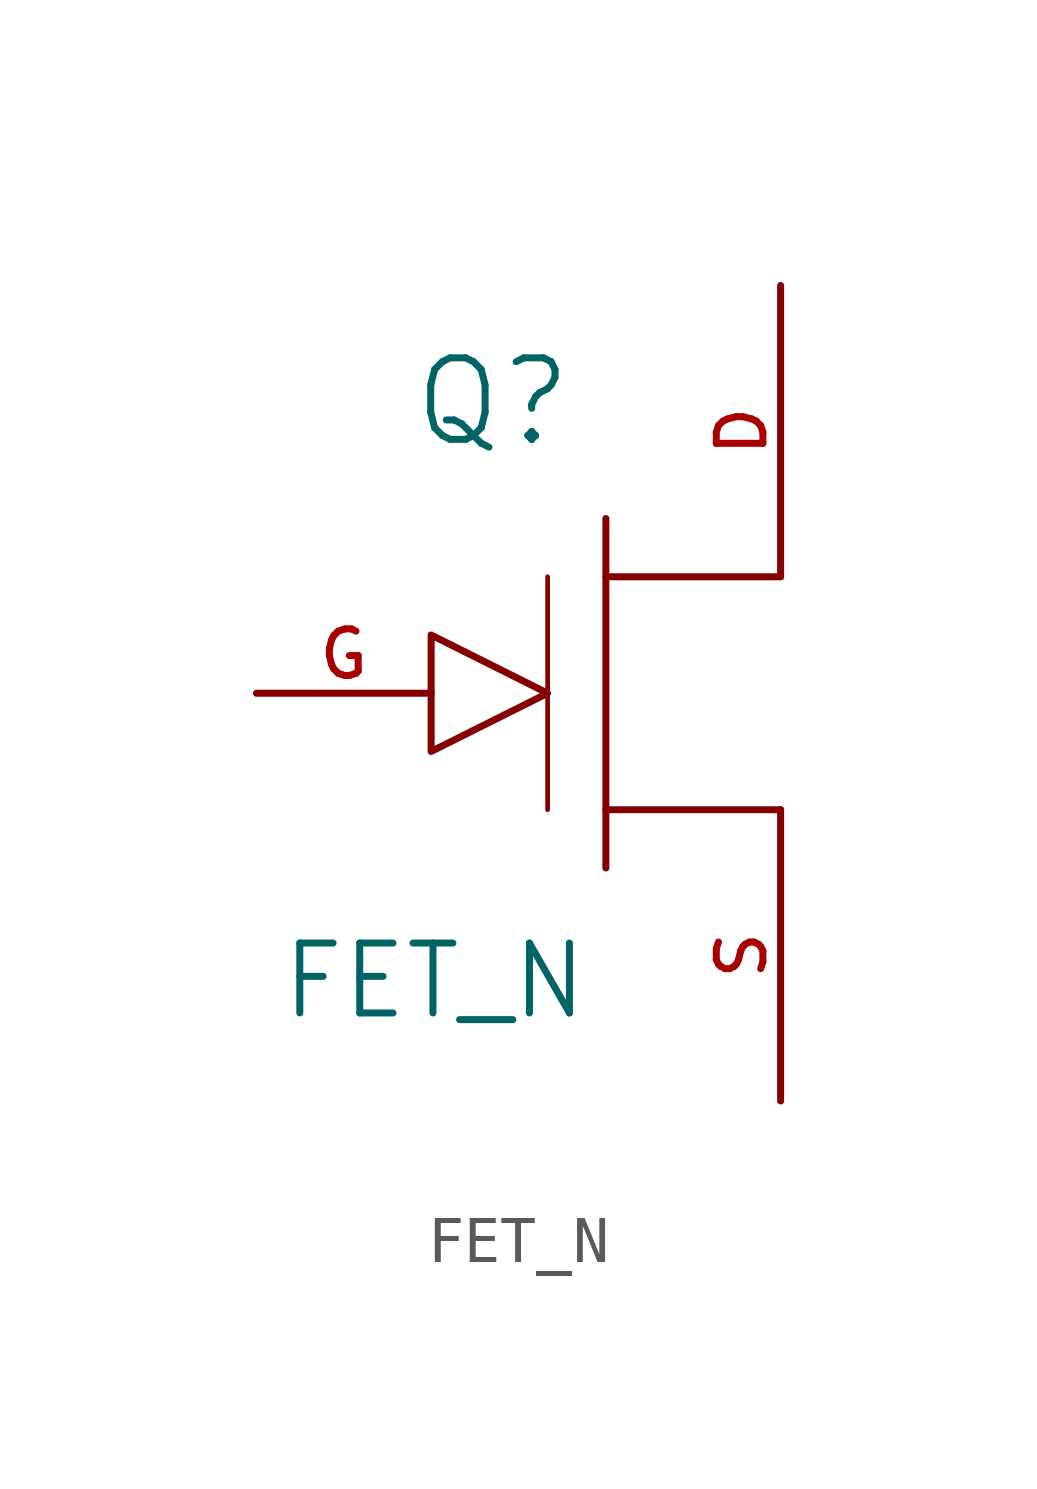
<source format=kicad_sym>
(kicad_symbol_lib
  (version 20220914)
  (generator kicad_symbol_editor)
  (symbol "FET_N"
    (pin_names
      (offset 0.762) hide)
    (property "Reference" "Q"
      (at -2.464 6.35 0)
      (effects (font (size 1.778 1.778))))
    (property "Value" "FET_N"
      (at -3.734 -6.274 0)
      (effects (font (size 1.524 1.524))))
    (symbol "FET_N_0_1"
      (polyline (pts (xy 0 -3.81) (xy 0 3.81)) (stroke (width 0.152) (type solid)) (fill (type none)))
      (polyline (pts (xy 0 -2.54) (xy 3.81 -2.54)) (stroke (width 0) (type solid)) (fill (type none)))
      (polyline (pts (xy 0 2.54) (xy 3.81 2.54)) (stroke (width 0) (type solid)) (fill (type none)))
      (polyline (pts (xy -1.27 2.54) (xy -1.27 -2.54) (xy -1.27 -2.54)) (stroke (width 0.102) (type solid)) (fill (type none)))
      (polyline (pts (xy -1.27 0) (xy -3.81 -1.27) (xy -3.81 1.27) (xy -1.27 0) (xy -1.27 0)) (stroke (width 0) (type solid)) (fill (type none))))
    (symbol "FET_N_1_1"
      (pin passive line (at 3.81 8.89 270) (length 6.35) (name "D" (effects (font (size 1.016 1.016)))) (number "D" (effects (font (size 1.016 1.016)))))
      (pin input line (at -7.62 0 0) (length 3.81) (name "G" (effects (font (size 1.016 1.016)))) (number "G" (effects (font (size 1.016 1.016)))))
      (pin passive line (at 3.81 -8.89 90) (length 6.35) (name "S" (effects (font (size 1.016 1.016)))) (number "S" (effects (font (size 1.016 1.016))))))))
</source>
